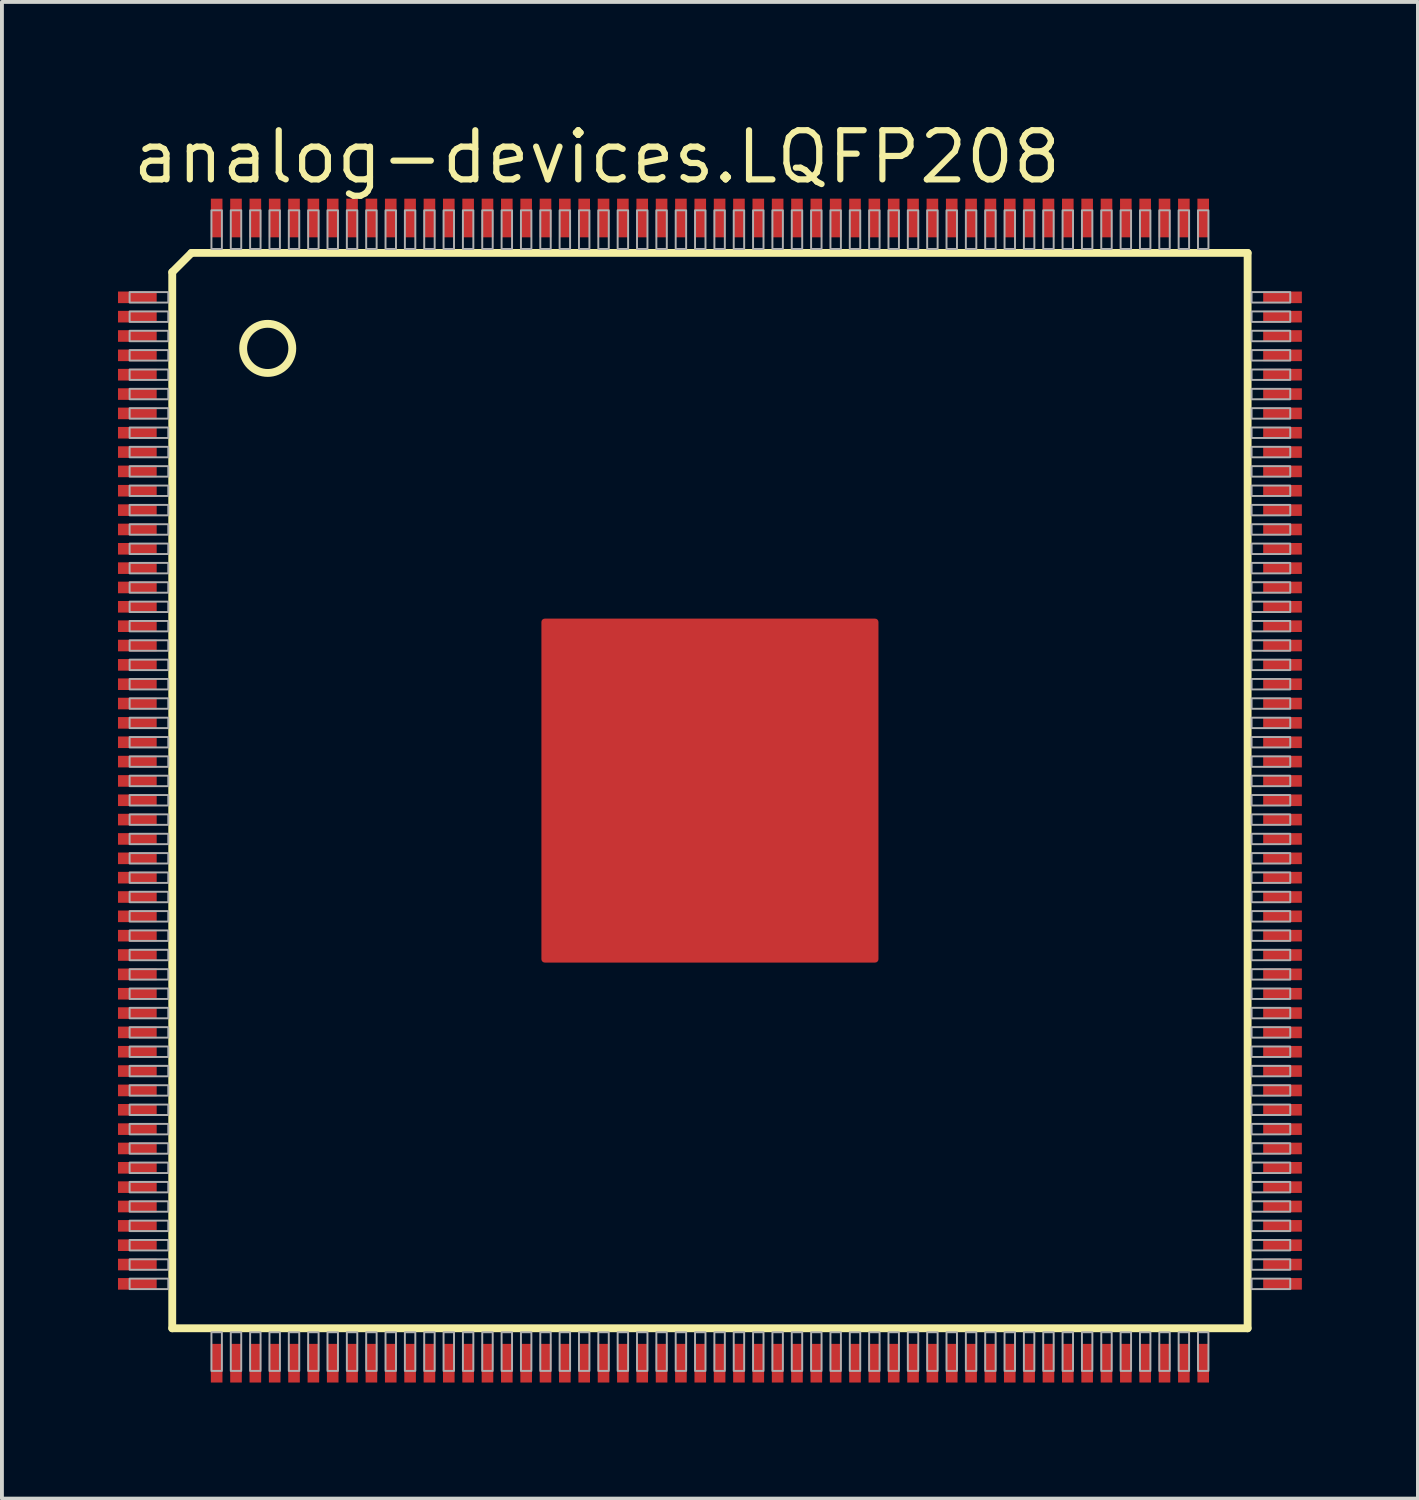
<source format=kicad_pcb>
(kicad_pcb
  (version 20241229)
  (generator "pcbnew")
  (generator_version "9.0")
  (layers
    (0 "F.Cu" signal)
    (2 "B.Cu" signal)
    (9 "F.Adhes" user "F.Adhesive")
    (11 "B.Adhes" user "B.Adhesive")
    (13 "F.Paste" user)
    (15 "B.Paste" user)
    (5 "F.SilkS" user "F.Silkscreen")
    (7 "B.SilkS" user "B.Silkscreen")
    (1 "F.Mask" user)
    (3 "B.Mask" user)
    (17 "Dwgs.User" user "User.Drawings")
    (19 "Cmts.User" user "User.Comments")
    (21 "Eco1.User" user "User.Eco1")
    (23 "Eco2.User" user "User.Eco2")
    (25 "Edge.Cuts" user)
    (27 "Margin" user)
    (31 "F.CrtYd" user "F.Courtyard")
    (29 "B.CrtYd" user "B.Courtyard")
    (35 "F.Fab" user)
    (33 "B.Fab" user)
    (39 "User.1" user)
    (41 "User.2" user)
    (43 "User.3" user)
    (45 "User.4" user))
  (footprint "analog-devices.LQFP208"
    (layer "F.Cu")
    (at 15.3 17.385)
    (property "Reference" "analog-devices.LQFP208" (at -15 -15.635 0) (layer "F.SilkS") (effects (font (size 1.27 1.27) (thickness 0.16)) (justify left bottom)))
    (attr smd)
    (fp_line (start -13.898 -13.4) (end -13.898 13.898) (stroke (width 0.203) (type default)) (layer "F.SilkS"))
    (fp_line (start -13.898 -13.4) (end -13.4 -13.898) (stroke (width 0.203) (type default)) (layer "F.SilkS"))
    (fp_line (start -13.898 13.898) (end 13.898 13.898) (stroke (width 0.203) (type default)) (layer "F.SilkS"))
    (fp_line (start 13.898 -13.898) (end -13.4 -13.898) (stroke (width 0.203) (type default)) (layer "F.SilkS"))
    (fp_line (start 13.898 13.898) (end 13.898 -13.898) (stroke (width 0.203) (type default)) (layer "F.SilkS"))
    (fp_circle (center -11.43 -11.43) (end -10.795 -11.43) (stroke (width 0.203) (type default)) (fill no) (layer "F.SilkS"))
    (fp_rect (start -15 -12.615) (end -14 -12.885) (stroke (width 0.05) (type default)) (fill no) (layer "F.Fab"))
    (fp_rect (start -15 -12.115) (end -14 -12.385) (stroke (width 0.05) (type default)) (fill no) (layer "F.Fab"))
    (fp_rect (start -15 -11.615) (end -14 -11.885) (stroke (width 0.05) (type default)) (fill no) (layer "F.Fab"))
    (fp_rect (start -15 -11.115) (end -14 -11.385) (stroke (width 0.05) (type default)) (fill no) (layer "F.Fab"))
    (fp_rect (start -15 -10.615) (end -14 -10.885) (stroke (width 0.05) (type default)) (fill no) (layer "F.Fab"))
    (fp_rect (start -15 -10.115) (end -14 -10.385) (stroke (width 0.05) (type default)) (fill no) (layer "F.Fab"))
    (fp_rect (start -15 -9.615) (end -14 -9.885) (stroke (width 0.05) (type default)) (fill no) (layer "F.Fab"))
    (fp_rect (start -15 -9.115) (end -14 -9.385) (stroke (width 0.05) (type default)) (fill no) (layer "F.Fab"))
    (fp_rect (start -15 -8.615) (end -14 -8.885) (stroke (width 0.05) (type default)) (fill no) (layer "F.Fab"))
    (fp_rect (start -15 -8.115) (end -14 -8.385) (stroke (width 0.05) (type default)) (fill no) (layer "F.Fab"))
    (fp_rect (start -15 -7.615) (end -14 -7.885) (stroke (width 0.05) (type default)) (fill no) (layer "F.Fab"))
    (fp_rect (start -15 -7.115) (end -14 -7.385) (stroke (width 0.05) (type default)) (fill no) (layer "F.Fab"))
    (fp_rect (start -15 -6.615) (end -14 -6.885) (stroke (width 0.05) (type default)) (fill no) (layer "F.Fab"))
    (fp_rect (start -15 -6.115) (end -14 -6.385) (stroke (width 0.05) (type default)) (fill no) (layer "F.Fab"))
    (fp_rect (start -15 -5.615) (end -14 -5.885) (stroke (width 0.05) (type default)) (fill no) (layer "F.Fab"))
    (fp_rect (start -15 -5.115) (end -14 -5.385) (stroke (width 0.05) (type default)) (fill no) (layer "F.Fab"))
    (fp_rect (start -15 -4.615) (end -14 -4.885) (stroke (width 0.05) (type default)) (fill no) (layer "F.Fab"))
    (fp_rect (start -15 -4.115) (end -14 -4.385) (stroke (width 0.05) (type default)) (fill no) (layer "F.Fab"))
    (fp_rect (start -15 -3.615) (end -14 -3.885) (stroke (width 0.05) (type default)) (fill no) (layer "F.Fab"))
    (fp_rect (start -15 -3.115) (end -14 -3.385) (stroke (width 0.05) (type default)) (fill no) (layer "F.Fab"))
    (fp_rect (start -15 -2.615) (end -14 -2.885) (stroke (width 0.05) (type default)) (fill no) (layer "F.Fab"))
    (fp_rect (start -15 -2.115) (end -14 -2.385) (stroke (width 0.05) (type default)) (fill no) (layer "F.Fab"))
    (fp_rect (start -15 -1.615) (end -14 -1.885) (stroke (width 0.05) (type default)) (fill no) (layer "F.Fab"))
    (fp_rect (start -15 -1.115) (end -14 -1.385) (stroke (width 0.05) (type default)) (fill no) (layer "F.Fab"))
    (fp_rect (start -15 -0.615) (end -14 -0.885) (stroke (width 0.05) (type default)) (fill no) (layer "F.Fab"))
    (fp_rect (start -15 -0.115) (end -14 -0.385) (stroke (width 0.05) (type default)) (fill no) (layer "F.Fab"))
    (fp_rect (start -15 0.385) (end -14 0.115) (stroke (width 0.05) (type default)) (fill no) (layer "F.Fab"))
    (fp_rect (start -15 0.885) (end -14 0.615) (stroke (width 0.05) (type default)) (fill no) (layer "F.Fab"))
    (fp_rect (start -15 1.385) (end -14 1.115) (stroke (width 0.05) (type default)) (fill no) (layer "F.Fab"))
    (fp_rect (start -15 1.885) (end -14 1.615) (stroke (width 0.05) (type default)) (fill no) (layer "F.Fab"))
    (fp_rect (start -15 2.385) (end -14 2.115) (stroke (width 0.05) (type default)) (fill no) (layer "F.Fab"))
    (fp_rect (start -15 2.885) (end -14 2.615) (stroke (width 0.05) (type default)) (fill no) (layer "F.Fab"))
    (fp_rect (start -15 3.385) (end -14 3.115) (stroke (width 0.05) (type default)) (fill no) (layer "F.Fab"))
    (fp_rect (start -15 3.885) (end -14 3.615) (stroke (width 0.05) (type default)) (fill no) (layer "F.Fab"))
    (fp_rect (start -15 4.385) (end -14 4.115) (stroke (width 0.05) (type default)) (fill no) (layer "F.Fab"))
    (fp_rect (start -15 4.885) (end -14 4.615) (stroke (width 0.05) (type default)) (fill no) (layer "F.Fab"))
    (fp_rect (start -15 5.385) (end -14 5.115) (stroke (width 0.05) (type default)) (fill no) (layer "F.Fab"))
    (fp_rect (start -15 5.885) (end -14 5.615) (stroke (width 0.05) (type default)) (fill no) (layer "F.Fab"))
    (fp_rect (start -15 6.385) (end -14 6.115) (stroke (width 0.05) (type default)) (fill no) (layer "F.Fab"))
    (fp_rect (start -15 6.885) (end -14 6.615) (stroke (width 0.05) (type default)) (fill no) (layer "F.Fab"))
    (fp_rect (start -15 7.385) (end -14 7.115) (stroke (width 0.05) (type default)) (fill no) (layer "F.Fab"))
    (fp_rect (start -15 7.885) (end -14 7.615) (stroke (width 0.05) (type default)) (fill no) (layer "F.Fab"))
    (fp_rect (start -15 8.385) (end -14 8.115) (stroke (width 0.05) (type default)) (fill no) (layer "F.Fab"))
    (fp_rect (start -15 8.885) (end -14 8.615) (stroke (width 0.05) (type default)) (fill no) (layer "F.Fab"))
    (fp_rect (start -15 9.385) (end -14 9.115) (stroke (width 0.05) (type default)) (fill no) (layer "F.Fab"))
    (fp_rect (start -15 9.885) (end -14 9.615) (stroke (width 0.05) (type default)) (fill no) (layer "F.Fab"))
    (fp_rect (start -15 10.385) (end -14 10.115) (stroke (width 0.05) (type default)) (fill no) (layer "F.Fab"))
    (fp_rect (start -15 10.885) (end -14 10.615) (stroke (width 0.05) (type default)) (fill no) (layer "F.Fab"))
    (fp_rect (start -15 11.385) (end -14 11.115) (stroke (width 0.05) (type default)) (fill no) (layer "F.Fab"))
    (fp_rect (start -15 11.885) (end -14 11.615) (stroke (width 0.05) (type default)) (fill no) (layer "F.Fab"))
    (fp_rect (start -15 12.385) (end -14 12.115) (stroke (width 0.05) (type default)) (fill no) (layer "F.Fab"))
    (fp_rect (start -15 12.885) (end -14 12.615) (stroke (width 0.05) (type default)) (fill no) (layer "F.Fab"))
    (fp_rect (start -12.885 -14) (end -12.615 -15) (stroke (width 0.05) (type default)) (fill no) (layer "F.Fab"))
    (fp_rect (start -12.885 15) (end -12.615 14) (stroke (width 0.05) (type default)) (fill no) (layer "F.Fab"))
    (fp_rect (start -12.385 -14) (end -12.115 -15) (stroke (width 0.05) (type default)) (fill no) (layer "F.Fab"))
    (fp_rect (start -12.385 15) (end -12.115 14) (stroke (width 0.05) (type default)) (fill no) (layer "F.Fab"))
    (fp_rect (start -11.885 -14) (end -11.615 -15) (stroke (width 0.05) (type default)) (fill no) (layer "F.Fab"))
    (fp_rect (start -11.885 15) (end -11.615 14) (stroke (width 0.05) (type default)) (fill no) (layer "F.Fab"))
    (fp_rect (start -11.385 -14) (end -11.115 -15) (stroke (width 0.05) (type default)) (fill no) (layer "F.Fab"))
    (fp_rect (start -11.385 15) (end -11.115 14) (stroke (width 0.05) (type default)) (fill no) (layer "F.Fab"))
    (fp_rect (start -10.885 -14) (end -10.615 -15) (stroke (width 0.05) (type default)) (fill no) (layer "F.Fab"))
    (fp_rect (start -10.885 15) (end -10.615 14) (stroke (width 0.05) (type default)) (fill no) (layer "F.Fab"))
    (fp_rect (start -10.385 -14) (end -10.115 -15) (stroke (width 0.05) (type default)) (fill no) (layer "F.Fab"))
    (fp_rect (start -10.385 15) (end -10.115 14) (stroke (width 0.05) (type default)) (fill no) (layer "F.Fab"))
    (fp_rect (start -9.885 -14) (end -9.615 -15) (stroke (width 0.05) (type default)) (fill no) (layer "F.Fab"))
    (fp_rect (start -9.885 15) (end -9.615 14) (stroke (width 0.05) (type default)) (fill no) (layer "F.Fab"))
    (fp_rect (start -9.385 -14) (end -9.115 -15) (stroke (width 0.05) (type default)) (fill no) (layer "F.Fab"))
    (fp_rect (start -9.385 15) (end -9.115 14) (stroke (width 0.05) (type default)) (fill no) (layer "F.Fab"))
    (fp_rect (start -8.885 -14) (end -8.615 -15) (stroke (width 0.05) (type default)) (fill no) (layer "F.Fab"))
    (fp_rect (start -8.885 15) (end -8.615 14) (stroke (width 0.05) (type default)) (fill no) (layer "F.Fab"))
    (fp_rect (start -8.385 -14) (end -8.115 -15) (stroke (width 0.05) (type default)) (fill no) (layer "F.Fab"))
    (fp_rect (start -8.385 15) (end -8.115 14) (stroke (width 0.05) (type default)) (fill no) (layer "F.Fab"))
    (fp_rect (start -7.885 -14) (end -7.615 -15) (stroke (width 0.05) (type default)) (fill no) (layer "F.Fab"))
    (fp_rect (start -7.885 15) (end -7.615 14) (stroke (width 0.05) (type default)) (fill no) (layer "F.Fab"))
    (fp_rect (start -7.385 -14) (end -7.115 -15) (stroke (width 0.05) (type default)) (fill no) (layer "F.Fab"))
    (fp_rect (start -7.385 15) (end -7.115 14) (stroke (width 0.05) (type default)) (fill no) (layer "F.Fab"))
    (fp_rect (start -6.885 -14) (end -6.615 -15) (stroke (width 0.05) (type default)) (fill no) (layer "F.Fab"))
    (fp_rect (start -6.885 15) (end -6.615 14) (stroke (width 0.05) (type default)) (fill no) (layer "F.Fab"))
    (fp_rect (start -6.385 -14) (end -6.115 -15) (stroke (width 0.05) (type default)) (fill no) (layer "F.Fab"))
    (fp_rect (start -6.385 15) (end -6.115 14) (stroke (width 0.05) (type default)) (fill no) (layer "F.Fab"))
    (fp_rect (start -5.885 -14) (end -5.615 -15) (stroke (width 0.05) (type default)) (fill no) (layer "F.Fab"))
    (fp_rect (start -5.885 15) (end -5.615 14) (stroke (width 0.05) (type default)) (fill no) (layer "F.Fab"))
    (fp_rect (start -5.385 -14) (end -5.115 -15) (stroke (width 0.05) (type default)) (fill no) (layer "F.Fab"))
    (fp_rect (start -5.385 15) (end -5.115 14) (stroke (width 0.05) (type default)) (fill no) (layer "F.Fab"))
    (fp_rect (start -4.885 -14) (end -4.615 -15) (stroke (width 0.05) (type default)) (fill no) (layer "F.Fab"))
    (fp_rect (start -4.885 15) (end -4.615 14) (stroke (width 0.05) (type default)) (fill no) (layer "F.Fab"))
    (fp_rect (start -4.385 -14) (end -4.115 -15) (stroke (width 0.05) (type default)) (fill no) (layer "F.Fab"))
    (fp_rect (start -4.385 15) (end -4.115 14) (stroke (width 0.05) (type default)) (fill no) (layer "F.Fab"))
    (fp_rect (start -3.885 -14) (end -3.615 -15) (stroke (width 0.05) (type default)) (fill no) (layer "F.Fab"))
    (fp_rect (start -3.885 15) (end -3.615 14) (stroke (width 0.05) (type default)) (fill no) (layer "F.Fab"))
    (fp_rect (start -3.385 -14) (end -3.115 -15) (stroke (width 0.05) (type default)) (fill no) (layer "F.Fab"))
    (fp_rect (start -3.385 15) (end -3.115 14) (stroke (width 0.05) (type default)) (fill no) (layer "F.Fab"))
    (fp_rect (start -2.885 -14) (end -2.615 -15) (stroke (width 0.05) (type default)) (fill no) (layer "F.Fab"))
    (fp_rect (start -2.885 15) (end -2.615 14) (stroke (width 0.05) (type default)) (fill no) (layer "F.Fab"))
    (fp_rect (start -2.385 -14) (end -2.115 -15) (stroke (width 0.05) (type default)) (fill no) (layer "F.Fab"))
    (fp_rect (start -2.385 15) (end -2.115 14) (stroke (width 0.05) (type default)) (fill no) (layer "F.Fab"))
    (fp_rect (start -1.885 -14) (end -1.615 -15) (stroke (width 0.05) (type default)) (fill no) (layer "F.Fab"))
    (fp_rect (start -1.885 15) (end -1.615 14) (stroke (width 0.05) (type default)) (fill no) (layer "F.Fab"))
    (fp_rect (start -1.385 -14) (end -1.115 -15) (stroke (width 0.05) (type default)) (fill no) (layer "F.Fab"))
    (fp_rect (start -1.385 15) (end -1.115 14) (stroke (width 0.05) (type default)) (fill no) (layer "F.Fab"))
    (fp_rect (start -0.885 -14) (end -0.615 -15) (stroke (width 0.05) (type default)) (fill no) (layer "F.Fab"))
    (fp_rect (start -0.885 15) (end -0.615 14) (stroke (width 0.05) (type default)) (fill no) (layer "F.Fab"))
    (fp_rect (start -0.385 -14) (end -0.115 -15) (stroke (width 0.05) (type default)) (fill no) (layer "F.Fab"))
    (fp_rect (start -0.385 15) (end -0.115 14) (stroke (width 0.05) (type default)) (fill no) (layer "F.Fab"))
    (fp_rect (start 0.115 -14) (end 0.385 -15) (stroke (width 0.05) (type default)) (fill no) (layer "F.Fab"))
    (fp_rect (start 0.115 15) (end 0.385 14) (stroke (width 0.05) (type default)) (fill no) (layer "F.Fab"))
    (fp_rect (start 0.615 -14) (end 0.885 -15) (stroke (width 0.05) (type default)) (fill no) (layer "F.Fab"))
    (fp_rect (start 0.615 15) (end 0.885 14) (stroke (width 0.05) (type default)) (fill no) (layer "F.Fab"))
    (fp_rect (start 1.115 -14) (end 1.385 -15) (stroke (width 0.05) (type default)) (fill no) (layer "F.Fab"))
    (fp_rect (start 1.115 15) (end 1.385 14) (stroke (width 0.05) (type default)) (fill no) (layer "F.Fab"))
    (fp_rect (start 1.615 -14) (end 1.885 -15) (stroke (width 0.05) (type default)) (fill no) (layer "F.Fab"))
    (fp_rect (start 1.615 15) (end 1.885 14) (stroke (width 0.05) (type default)) (fill no) (layer "F.Fab"))
    (fp_rect (start 2.115 -14) (end 2.385 -15) (stroke (width 0.05) (type default)) (fill no) (layer "F.Fab"))
    (fp_rect (start 2.115 15) (end 2.385 14) (stroke (width 0.05) (type default)) (fill no) (layer "F.Fab"))
    (fp_rect (start 2.615 -14) (end 2.885 -15) (stroke (width 0.05) (type default)) (fill no) (layer "F.Fab"))
    (fp_rect (start 2.615 15) (end 2.885 14) (stroke (width 0.05) (type default)) (fill no) (layer "F.Fab"))
    (fp_rect (start 3.115 -14) (end 3.385 -15) (stroke (width 0.05) (type default)) (fill no) (layer "F.Fab"))
    (fp_rect (start 3.115 15) (end 3.385 14) (stroke (width 0.05) (type default)) (fill no) (layer "F.Fab"))
    (fp_rect (start 3.615 -14) (end 3.885 -15) (stroke (width 0.05) (type default)) (fill no) (layer "F.Fab"))
    (fp_rect (start 3.615 15) (end 3.885 14) (stroke (width 0.05) (type default)) (fill no) (layer "F.Fab"))
    (fp_rect (start 4.115 -14) (end 4.385 -15) (stroke (width 0.05) (type default)) (fill no) (layer "F.Fab"))
    (fp_rect (start 4.115 15) (end 4.385 14) (stroke (width 0.05) (type default)) (fill no) (layer "F.Fab"))
    (fp_rect (start 4.615 -14) (end 4.885 -15) (stroke (width 0.05) (type default)) (fill no) (layer "F.Fab"))
    (fp_rect (start 4.615 15) (end 4.885 14) (stroke (width 0.05) (type default)) (fill no) (layer "F.Fab"))
    (fp_rect (start 5.115 -14) (end 5.385 -15) (stroke (width 0.05) (type default)) (fill no) (layer "F.Fab"))
    (fp_rect (start 5.115 15) (end 5.385 14) (stroke (width 0.05) (type default)) (fill no) (layer "F.Fab"))
    (fp_rect (start 5.615 -14) (end 5.885 -15) (stroke (width 0.05) (type default)) (fill no) (layer "F.Fab"))
    (fp_rect (start 5.615 15) (end 5.885 14) (stroke (width 0.05) (type default)) (fill no) (layer "F.Fab"))
    (fp_rect (start 6.115 -14) (end 6.385 -15) (stroke (width 0.05) (type default)) (fill no) (layer "F.Fab"))
    (fp_rect (start 6.115 15) (end 6.385 14) (stroke (width 0.05) (type default)) (fill no) (layer "F.Fab"))
    (fp_rect (start 6.615 -14) (end 6.885 -15) (stroke (width 0.05) (type default)) (fill no) (layer "F.Fab"))
    (fp_rect (start 6.615 15) (end 6.885 14) (stroke (width 0.05) (type default)) (fill no) (layer "F.Fab"))
    (fp_rect (start 7.115 -14) (end 7.385 -15) (stroke (width 0.05) (type default)) (fill no) (layer "F.Fab"))
    (fp_rect (start 7.115 15) (end 7.385 14) (stroke (width 0.05) (type default)) (fill no) (layer "F.Fab"))
    (fp_rect (start 7.615 -14) (end 7.885 -15) (stroke (width 0.05) (type default)) (fill no) (layer "F.Fab"))
    (fp_rect (start 7.615 15) (end 7.885 14) (stroke (width 0.05) (type default)) (fill no) (layer "F.Fab"))
    (fp_rect (start 8.115 -14) (end 8.385 -15) (stroke (width 0.05) (type default)) (fill no) (layer "F.Fab"))
    (fp_rect (start 8.115 15) (end 8.385 14) (stroke (width 0.05) (type default)) (fill no) (layer "F.Fab"))
    (fp_rect (start 8.615 -14) (end 8.885 -15) (stroke (width 0.05) (type default)) (fill no) (layer "F.Fab"))
    (fp_rect (start 8.615 15) (end 8.885 14) (stroke (width 0.05) (type default)) (fill no) (layer "F.Fab"))
    (fp_rect (start 9.115 -14) (end 9.385 -15) (stroke (width 0.05) (type default)) (fill no) (layer "F.Fab"))
    (fp_rect (start 9.115 15) (end 9.385 14) (stroke (width 0.05) (type default)) (fill no) (layer "F.Fab"))
    (fp_rect (start 9.615 -14) (end 9.885 -15) (stroke (width 0.05) (type default)) (fill no) (layer "F.Fab"))
    (fp_rect (start 9.615 15) (end 9.885 14) (stroke (width 0.05) (type default)) (fill no) (layer "F.Fab"))
    (fp_rect (start 10.115 -14) (end 10.385 -15) (stroke (width 0.05) (type default)) (fill no) (layer "F.Fab"))
    (fp_rect (start 10.115 15) (end 10.385 14) (stroke (width 0.05) (type default)) (fill no) (layer "F.Fab"))
    (fp_rect (start 10.615 -14) (end 10.885 -15) (stroke (width 0.05) (type default)) (fill no) (layer "F.Fab"))
    (fp_rect (start 10.615 15) (end 10.885 14) (stroke (width 0.05) (type default)) (fill no) (layer "F.Fab"))
    (fp_rect (start 11.115 -14) (end 11.385 -15) (stroke (width 0.05) (type default)) (fill no) (layer "F.Fab"))
    (fp_rect (start 11.115 15) (end 11.385 14) (stroke (width 0.05) (type default)) (fill no) (layer "F.Fab"))
    (fp_rect (start 11.615 -14) (end 11.885 -15) (stroke (width 0.05) (type default)) (fill no) (layer "F.Fab"))
    (fp_rect (start 11.615 15) (end 11.885 14) (stroke (width 0.05) (type default)) (fill no) (layer "F.Fab"))
    (fp_rect (start 12.115 -14) (end 12.385 -15) (stroke (width 0.05) (type default)) (fill no) (layer "F.Fab"))
    (fp_rect (start 12.115 15) (end 12.385 14) (stroke (width 0.05) (type default)) (fill no) (layer "F.Fab"))
    (fp_rect (start 12.615 -14) (end 12.885 -15) (stroke (width 0.05) (type default)) (fill no) (layer "F.Fab"))
    (fp_rect (start 12.615 15) (end 12.885 14) (stroke (width 0.05) (type default)) (fill no) (layer "F.Fab"))
    (fp_rect (start 14 -12.615) (end 15 -12.885) (stroke (width 0.05) (type default)) (fill no) (layer "F.Fab"))
    (fp_rect (start 14 -12.115) (end 15 -12.385) (stroke (width 0.05) (type default)) (fill no) (layer "F.Fab"))
    (fp_rect (start 14 -11.615) (end 15 -11.885) (stroke (width 0.05) (type default)) (fill no) (layer "F.Fab"))
    (fp_rect (start 14 -11.115) (end 15 -11.385) (stroke (width 0.05) (type default)) (fill no) (layer "F.Fab"))
    (fp_rect (start 14 -10.615) (end 15 -10.885) (stroke (width 0.05) (type default)) (fill no) (layer "F.Fab"))
    (fp_rect (start 14 -10.115) (end 15 -10.385) (stroke (width 0.05) (type default)) (fill no) (layer "F.Fab"))
    (fp_rect (start 14 -9.615) (end 15 -9.885) (stroke (width 0.05) (type default)) (fill no) (layer "F.Fab"))
    (fp_rect (start 14 -9.115) (end 15 -9.385) (stroke (width 0.05) (type default)) (fill no) (layer "F.Fab"))
    (fp_rect (start 14 -8.615) (end 15 -8.885) (stroke (width 0.05) (type default)) (fill no) (layer "F.Fab"))
    (fp_rect (start 14 -8.115) (end 15 -8.385) (stroke (width 0.05) (type default)) (fill no) (layer "F.Fab"))
    (fp_rect (start 14 -7.615) (end 15 -7.885) (stroke (width 0.05) (type default)) (fill no) (layer "F.Fab"))
    (fp_rect (start 14 -7.115) (end 15 -7.385) (stroke (width 0.05) (type default)) (fill no) (layer "F.Fab"))
    (fp_rect (start 14 -6.615) (end 15 -6.885) (stroke (width 0.05) (type default)) (fill no) (layer "F.Fab"))
    (fp_rect (start 14 -6.115) (end 15 -6.385) (stroke (width 0.05) (type default)) (fill no) (layer "F.Fab"))
    (fp_rect (start 14 -5.615) (end 15 -5.885) (stroke (width 0.05) (type default)) (fill no) (layer "F.Fab"))
    (fp_rect (start 14 -5.115) (end 15 -5.385) (stroke (width 0.05) (type default)) (fill no) (layer "F.Fab"))
    (fp_rect (start 14 -4.615) (end 15 -4.885) (stroke (width 0.05) (type default)) (fill no) (layer "F.Fab"))
    (fp_rect (start 14 -4.115) (end 15 -4.385) (stroke (width 0.05) (type default)) (fill no) (layer "F.Fab"))
    (fp_rect (start 14 -3.615) (end 15 -3.885) (stroke (width 0.05) (type default)) (fill no) (layer "F.Fab"))
    (fp_rect (start 14 -3.115) (end 15 -3.385) (stroke (width 0.05) (type default)) (fill no) (layer "F.Fab"))
    (fp_rect (start 14 -2.615) (end 15 -2.885) (stroke (width 0.05) (type default)) (fill no) (layer "F.Fab"))
    (fp_rect (start 14 -2.115) (end 15 -2.385) (stroke (width 0.05) (type default)) (fill no) (layer "F.Fab"))
    (fp_rect (start 14 -1.615) (end 15 -1.885) (stroke (width 0.05) (type default)) (fill no) (layer "F.Fab"))
    (fp_rect (start 14 -1.115) (end 15 -1.385) (stroke (width 0.05) (type default)) (fill no) (layer "F.Fab"))
    (fp_rect (start 14 -0.615) (end 15 -0.885) (stroke (width 0.05) (type default)) (fill no) (layer "F.Fab"))
    (fp_rect (start 14 -0.115) (end 15 -0.385) (stroke (width 0.05) (type default)) (fill no) (layer "F.Fab"))
    (fp_rect (start 14 0.385) (end 15 0.115) (stroke (width 0.05) (type default)) (fill no) (layer "F.Fab"))
    (fp_rect (start 14 0.885) (end 15 0.615) (stroke (width 0.05) (type default)) (fill no) (layer "F.Fab"))
    (fp_rect (start 14 1.385) (end 15 1.115) (stroke (width 0.05) (type default)) (fill no) (layer "F.Fab"))
    (fp_rect (start 14 1.885) (end 15 1.615) (stroke (width 0.05) (type default)) (fill no) (layer "F.Fab"))
    (fp_rect (start 14 2.385) (end 15 2.115) (stroke (width 0.05) (type default)) (fill no) (layer "F.Fab"))
    (fp_rect (start 14 2.885) (end 15 2.615) (stroke (width 0.05) (type default)) (fill no) (layer "F.Fab"))
    (fp_rect (start 14 3.385) (end 15 3.115) (stroke (width 0.05) (type default)) (fill no) (layer "F.Fab"))
    (fp_rect (start 14 3.885) (end 15 3.615) (stroke (width 0.05) (type default)) (fill no) (layer "F.Fab"))
    (fp_rect (start 14 4.385) (end 15 4.115) (stroke (width 0.05) (type default)) (fill no) (layer "F.Fab"))
    (fp_rect (start 14 4.885) (end 15 4.615) (stroke (width 0.05) (type default)) (fill no) (layer "F.Fab"))
    (fp_rect (start 14 5.385) (end 15 5.115) (stroke (width 0.05) (type default)) (fill no) (layer "F.Fab"))
    (fp_rect (start 14 5.885) (end 15 5.615) (stroke (width 0.05) (type default)) (fill no) (layer "F.Fab"))
    (fp_rect (start 14 6.385) (end 15 6.115) (stroke (width 0.05) (type default)) (fill no) (layer "F.Fab"))
    (fp_rect (start 14 6.885) (end 15 6.615) (stroke (width 0.05) (type default)) (fill no) (layer "F.Fab"))
    (fp_rect (start 14 7.385) (end 15 7.115) (stroke (width 0.05) (type default)) (fill no) (layer "F.Fab"))
    (fp_rect (start 14 7.885) (end 15 7.615) (stroke (width 0.05) (type default)) (fill no) (layer "F.Fab"))
    (fp_rect (start 14 8.385) (end 15 8.115) (stroke (width 0.05) (type default)) (fill no) (layer "F.Fab"))
    (fp_rect (start 14 8.885) (end 15 8.615) (stroke (width 0.05) (type default)) (fill no) (layer "F.Fab"))
    (fp_rect (start 14 9.385) (end 15 9.115) (stroke (width 0.05) (type default)) (fill no) (layer "F.Fab"))
    (fp_rect (start 14 9.885) (end 15 9.615) (stroke (width 0.05) (type default)) (fill no) (layer "F.Fab"))
    (fp_rect (start 14 10.385) (end 15 10.115) (stroke (width 0.05) (type default)) (fill no) (layer "F.Fab"))
    (fp_rect (start 14 10.885) (end 15 10.615) (stroke (width 0.05) (type default)) (fill no) (layer "F.Fab"))
    (fp_rect (start 14 11.385) (end 15 11.115) (stroke (width 0.05) (type default)) (fill no) (layer "F.Fab"))
    (fp_rect (start 14 11.885) (end 15 11.615) (stroke (width 0.05) (type default)) (fill no) (layer "F.Fab"))
    (fp_rect (start 14 12.385) (end 15 12.115) (stroke (width 0.05) (type default)) (fill no) (layer "F.Fab"))
    (fp_rect (start 14 12.885) (end 15 12.615) (stroke (width 0.05) (type default)) (fill no) (layer "F.Fab"))
    (pad "1" smd roundrect (at -14.8 -12.75) (size 1 0.3) (layers "F.Cu" "F.Mask" "F.Paste") (roundrect_rratio 0.01))
    (pad "2" smd roundrect (at -14.8 -12.25) (size 1 0.3) (layers "F.Cu" "F.Mask" "F.Paste") (roundrect_rratio 0.01))
    (pad "3" smd roundrect (at -14.8 -11.75) (size 1 0.3) (layers "F.Cu" "F.Mask" "F.Paste") (roundrect_rratio 0.01))
    (pad "4" smd roundrect (at -14.8 -11.25) (size 1 0.3) (layers "F.Cu" "F.Mask" "F.Paste") (roundrect_rratio 0.01))
    (pad "5" smd roundrect (at -14.8 -10.75) (size 1 0.3) (layers "F.Cu" "F.Mask" "F.Paste") (roundrect_rratio 0.01))
    (pad "6" smd roundrect (at -14.8 -10.25) (size 1 0.3) (layers "F.Cu" "F.Mask" "F.Paste") (roundrect_rratio 0.01))
    (pad "7" smd roundrect (at -14.8 -9.75) (size 1 0.3) (layers "F.Cu" "F.Mask" "F.Paste") (roundrect_rratio 0.01))
    (pad "8" smd roundrect (at -14.8 -9.25) (size 1 0.3) (layers "F.Cu" "F.Mask" "F.Paste") (roundrect_rratio 0.01))
    (pad "9" smd roundrect (at -14.8 -8.75) (size 1 0.3) (layers "F.Cu" "F.Mask" "F.Paste") (roundrect_rratio 0.01))
    (pad "10" smd roundrect (at -14.8 -8.25) (size 1 0.3) (layers "F.Cu" "F.Mask" "F.Paste") (roundrect_rratio 0.01))
    (pad "11" smd roundrect (at -14.8 -7.75) (size 1 0.3) (layers "F.Cu" "F.Mask" "F.Paste") (roundrect_rratio 0.01))
    (pad "12" smd roundrect (at -14.8 -7.25) (size 1 0.3) (layers "F.Cu" "F.Mask" "F.Paste") (roundrect_rratio 0.01))
    (pad "13" smd roundrect (at -14.8 -6.75) (size 1 0.3) (layers "F.Cu" "F.Mask" "F.Paste") (roundrect_rratio 0.01))
    (pad "14" smd roundrect (at -14.8 -6.25) (size 1 0.3) (layers "F.Cu" "F.Mask" "F.Paste") (roundrect_rratio 0.01))
    (pad "15" smd roundrect (at -14.8 -5.75) (size 1 0.3) (layers "F.Cu" "F.Mask" "F.Paste") (roundrect_rratio 0.01))
    (pad "16" smd roundrect (at -14.8 -5.25) (size 1 0.3) (layers "F.Cu" "F.Mask" "F.Paste") (roundrect_rratio 0.01))
    (pad "17" smd roundrect (at -14.8 -4.75) (size 1 0.3) (layers "F.Cu" "F.Mask" "F.Paste") (roundrect_rratio 0.01))
    (pad "18" smd roundrect (at -14.8 -4.25) (size 1 0.3) (layers "F.Cu" "F.Mask" "F.Paste") (roundrect_rratio 0.01))
    (pad "19" smd roundrect (at -14.8 -3.75) (size 1 0.3) (layers "F.Cu" "F.Mask" "F.Paste") (roundrect_rratio 0.01))
    (pad "20" smd roundrect (at -14.8 -3.25) (size 1 0.3) (layers "F.Cu" "F.Mask" "F.Paste") (roundrect_rratio 0.01))
    (pad "21" smd roundrect (at -14.8 -2.75) (size 1 0.3) (layers "F.Cu" "F.Mask" "F.Paste") (roundrect_rratio 0.01))
    (pad "22" smd roundrect (at -14.8 -2.25) (size 1 0.3) (layers "F.Cu" "F.Mask" "F.Paste") (roundrect_rratio 0.01))
    (pad "23" smd roundrect (at -14.8 -1.75) (size 1 0.3) (layers "F.Cu" "F.Mask" "F.Paste") (roundrect_rratio 0.01))
    (pad "24" smd roundrect (at -14.8 -1.25) (size 1 0.3) (layers "F.Cu" "F.Mask" "F.Paste") (roundrect_rratio 0.01))
    (pad "25" smd roundrect (at -14.8 -0.75) (size 1 0.3) (layers "F.Cu" "F.Mask" "F.Paste") (roundrect_rratio 0.01))
    (pad "26" smd roundrect (at -14.8 -0.25) (size 1 0.3) (layers "F.Cu" "F.Mask" "F.Paste") (roundrect_rratio 0.01))
    (pad "27" smd roundrect (at -14.8 0.25) (size 1 0.3) (layers "F.Cu" "F.Mask" "F.Paste") (roundrect_rratio 0.01))
    (pad "28" smd roundrect (at -14.8 0.75) (size 1 0.3) (layers "F.Cu" "F.Mask" "F.Paste") (roundrect_rratio 0.01))
    (pad "29" smd roundrect (at -14.8 1.25) (size 1 0.3) (layers "F.Cu" "F.Mask" "F.Paste") (roundrect_rratio 0.01))
    (pad "30" smd roundrect (at -14.8 1.75) (size 1 0.3) (layers "F.Cu" "F.Mask" "F.Paste") (roundrect_rratio 0.01))
    (pad "31" smd roundrect (at -14.8 2.25) (size 1 0.3) (layers "F.Cu" "F.Mask" "F.Paste") (roundrect_rratio 0.01))
    (pad "32" smd roundrect (at -14.8 2.75) (size 1 0.3) (layers "F.Cu" "F.Mask" "F.Paste") (roundrect_rratio 0.01))
    (pad "33" smd roundrect (at -14.8 3.25) (size 1 0.3) (layers "F.Cu" "F.Mask" "F.Paste") (roundrect_rratio 0.01))
    (pad "34" smd roundrect (at -14.8 3.75) (size 1 0.3) (layers "F.Cu" "F.Mask" "F.Paste") (roundrect_rratio 0.01))
    (pad "35" smd roundrect (at -14.8 4.25) (size 1 0.3) (layers "F.Cu" "F.Mask" "F.Paste") (roundrect_rratio 0.01))
    (pad "36" smd roundrect (at -14.8 4.75) (size 1 0.3) (layers "F.Cu" "F.Mask" "F.Paste") (roundrect_rratio 0.01))
    (pad "37" smd roundrect (at -14.8 5.25) (size 1 0.3) (layers "F.Cu" "F.Mask" "F.Paste") (roundrect_rratio 0.01))
    (pad "38" smd roundrect (at -14.8 5.75) (size 1 0.3) (layers "F.Cu" "F.Mask" "F.Paste") (roundrect_rratio 0.01))
    (pad "39" smd roundrect (at -14.8 6.25) (size 1 0.3) (layers "F.Cu" "F.Mask" "F.Paste") (roundrect_rratio 0.01))
    (pad "40" smd roundrect (at -14.8 6.75) (size 1 0.3) (layers "F.Cu" "F.Mask" "F.Paste") (roundrect_rratio 0.01))
    (pad "41" smd roundrect (at -14.8 7.25) (size 1 0.3) (layers "F.Cu" "F.Mask" "F.Paste") (roundrect_rratio 0.01))
    (pad "42" smd roundrect (at -14.8 7.75) (size 1 0.3) (layers "F.Cu" "F.Mask" "F.Paste") (roundrect_rratio 0.01))
    (pad "43" smd roundrect (at -14.8 8.25) (size 1 0.3) (layers "F.Cu" "F.Mask" "F.Paste") (roundrect_rratio 0.01))
    (pad "44" smd roundrect (at -14.8 8.75) (size 1 0.3) (layers "F.Cu" "F.Mask" "F.Paste") (roundrect_rratio 0.01))
    (pad "45" smd roundrect (at -14.8 9.25) (size 1 0.3) (layers "F.Cu" "F.Mask" "F.Paste") (roundrect_rratio 0.01))
    (pad "46" smd roundrect (at -14.8 9.75) (size 1 0.3) (layers "F.Cu" "F.Mask" "F.Paste") (roundrect_rratio 0.01))
    (pad "47" smd roundrect (at -14.8 10.25) (size 1 0.3) (layers "F.Cu" "F.Mask" "F.Paste") (roundrect_rratio 0.01))
    (pad "48" smd roundrect (at -14.8 10.75) (size 1 0.3) (layers "F.Cu" "F.Mask" "F.Paste") (roundrect_rratio 0.01))
    (pad "49" smd roundrect (at -14.8 11.25) (size 1 0.3) (layers "F.Cu" "F.Mask" "F.Paste") (roundrect_rratio 0.01))
    (pad "50" smd roundrect (at -14.8 11.75) (size 1 0.3) (layers "F.Cu" "F.Mask" "F.Paste") (roundrect_rratio 0.01))
    (pad "51" smd roundrect (at -14.8 12.25) (size 1 0.3) (layers "F.Cu" "F.Mask" "F.Paste") (roundrect_rratio 0.01))
    (pad "52" smd roundrect (at -14.8 12.75) (size 1 0.3) (layers "F.Cu" "F.Mask" "F.Paste") (roundrect_rratio 0.01))
    (pad "53" smd roundrect (at -12.75 14.8) (size 0.3 1) (layers "F.Cu" "F.Mask" "F.Paste") (roundrect_rratio 0.01))
    (pad "54" smd roundrect (at -12.25 14.8) (size 0.3 1) (layers "F.Cu" "F.Mask" "F.Paste") (roundrect_rratio 0.01))
    (pad "55" smd roundrect (at -11.75 14.8) (size 0.3 1) (layers "F.Cu" "F.Mask" "F.Paste") (roundrect_rratio 0.01))
    (pad "56" smd roundrect (at -11.25 14.8) (size 0.3 1) (layers "F.Cu" "F.Mask" "F.Paste") (roundrect_rratio 0.01))
    (pad "57" smd roundrect (at -10.75 14.8) (size 0.3 1) (layers "F.Cu" "F.Mask" "F.Paste") (roundrect_rratio 0.01))
    (pad "58" smd roundrect (at -10.25 14.8) (size 0.3 1) (layers "F.Cu" "F.Mask" "F.Paste") (roundrect_rratio 0.01))
    (pad "59" smd roundrect (at -9.75 14.8) (size 0.3 1) (layers "F.Cu" "F.Mask" "F.Paste") (roundrect_rratio 0.01))
    (pad "60" smd roundrect (at -9.25 14.8) (size 0.3 1) (layers "F.Cu" "F.Mask" "F.Paste") (roundrect_rratio 0.01))
    (pad "61" smd roundrect (at -8.75 14.8) (size 0.3 1) (layers "F.Cu" "F.Mask" "F.Paste") (roundrect_rratio 0.01))
    (pad "62" smd roundrect (at -8.25 14.8) (size 0.3 1) (layers "F.Cu" "F.Mask" "F.Paste") (roundrect_rratio 0.01))
    (pad "63" smd roundrect (at -7.75 14.8) (size 0.3 1) (layers "F.Cu" "F.Mask" "F.Paste") (roundrect_rratio 0.01))
    (pad "64" smd roundrect (at -7.25 14.8) (size 0.3 1) (layers "F.Cu" "F.Mask" "F.Paste") (roundrect_rratio 0.01))
    (pad "65" smd roundrect (at -6.75 14.8) (size 0.3 1) (layers "F.Cu" "F.Mask" "F.Paste") (roundrect_rratio 0.01))
    (pad "66" smd roundrect (at -6.25 14.8) (size 0.3 1) (layers "F.Cu" "F.Mask" "F.Paste") (roundrect_rratio 0.01))
    (pad "67" smd roundrect (at -5.75 14.8) (size 0.3 1) (layers "F.Cu" "F.Mask" "F.Paste") (roundrect_rratio 0.01))
    (pad "68" smd roundrect (at -5.25 14.8) (size 0.3 1) (layers "F.Cu" "F.Mask" "F.Paste") (roundrect_rratio 0.01))
    (pad "69" smd roundrect (at -4.75 14.8) (size 0.3 1) (layers "F.Cu" "F.Mask" "F.Paste") (roundrect_rratio 0.01))
    (pad "70" smd roundrect (at -4.25 14.8) (size 0.3 1) (layers "F.Cu" "F.Mask" "F.Paste") (roundrect_rratio 0.01))
    (pad "71" smd roundrect (at -3.75 14.8) (size 0.3 1) (layers "F.Cu" "F.Mask" "F.Paste") (roundrect_rratio 0.01))
    (pad "72" smd roundrect (at -3.25 14.8) (size 0.3 1) (layers "F.Cu" "F.Mask" "F.Paste") (roundrect_rratio 0.01))
    (pad "73" smd roundrect (at -2.75 14.8) (size 0.3 1) (layers "F.Cu" "F.Mask" "F.Paste") (roundrect_rratio 0.01))
    (pad "74" smd roundrect (at -2.25 14.8) (size 0.3 1) (layers "F.Cu" "F.Mask" "F.Paste") (roundrect_rratio 0.01))
    (pad "75" smd roundrect (at -1.75 14.8) (size 0.3 1) (layers "F.Cu" "F.Mask" "F.Paste") (roundrect_rratio 0.01))
    (pad "76" smd roundrect (at -1.25 14.8) (size 0.3 1) (layers "F.Cu" "F.Mask" "F.Paste") (roundrect_rratio 0.01))
    (pad "77" smd roundrect (at -0.75 14.8) (size 0.3 1) (layers "F.Cu" "F.Mask" "F.Paste") (roundrect_rratio 0.01))
    (pad "78" smd roundrect (at -0.25 14.8) (size 0.3 1) (layers "F.Cu" "F.Mask" "F.Paste") (roundrect_rratio 0.01))
    (pad "79" smd roundrect (at 0.25 14.8) (size 0.3 1) (layers "F.Cu" "F.Mask" "F.Paste") (roundrect_rratio 0.01))
    (pad "80" smd roundrect (at 0.75 14.8) (size 0.3 1) (layers "F.Cu" "F.Mask" "F.Paste") (roundrect_rratio 0.01))
    (pad "81" smd roundrect (at 1.25 14.8) (size 0.3 1) (layers "F.Cu" "F.Mask" "F.Paste") (roundrect_rratio 0.01))
    (pad "82" smd roundrect (at 1.75 14.8) (size 0.3 1) (layers "F.Cu" "F.Mask" "F.Paste") (roundrect_rratio 0.01))
    (pad "83" smd roundrect (at 2.25 14.8) (size 0.3 1) (layers "F.Cu" "F.Mask" "F.Paste") (roundrect_rratio 0.01))
    (pad "84" smd roundrect (at 2.75 14.8) (size 0.3 1) (layers "F.Cu" "F.Mask" "F.Paste") (roundrect_rratio 0.01))
    (pad "85" smd roundrect (at 3.25 14.8) (size 0.3 1) (layers "F.Cu" "F.Mask" "F.Paste") (roundrect_rratio 0.01))
    (pad "86" smd roundrect (at 3.75 14.8) (size 0.3 1) (layers "F.Cu" "F.Mask" "F.Paste") (roundrect_rratio 0.01))
    (pad "87" smd roundrect (at 4.25 14.8) (size 0.3 1) (layers "F.Cu" "F.Mask" "F.Paste") (roundrect_rratio 0.01))
    (pad "88" smd roundrect (at 4.75 14.8) (size 0.3 1) (layers "F.Cu" "F.Mask" "F.Paste") (roundrect_rratio 0.01))
    (pad "89" smd roundrect (at 5.25 14.8) (size 0.3 1) (layers "F.Cu" "F.Mask" "F.Paste") (roundrect_rratio 0.01))
    (pad "90" smd roundrect (at 5.75 14.8) (size 0.3 1) (layers "F.Cu" "F.Mask" "F.Paste") (roundrect_rratio 0.01))
    (pad "91" smd roundrect (at 6.25 14.8) (size 0.3 1) (layers "F.Cu" "F.Mask" "F.Paste") (roundrect_rratio 0.01))
    (pad "92" smd roundrect (at 6.75 14.8) (size 0.3 1) (layers "F.Cu" "F.Mask" "F.Paste") (roundrect_rratio 0.01))
    (pad "93" smd roundrect (at 7.25 14.8) (size 0.3 1) (layers "F.Cu" "F.Mask" "F.Paste") (roundrect_rratio 0.01))
    (pad "94" smd roundrect (at 7.75 14.8) (size 0.3 1) (layers "F.Cu" "F.Mask" "F.Paste") (roundrect_rratio 0.01))
    (pad "95" smd roundrect (at 8.25 14.8) (size 0.3 1) (layers "F.Cu" "F.Mask" "F.Paste") (roundrect_rratio 0.01))
    (pad "96" smd roundrect (at 8.75 14.8) (size 0.3 1) (layers "F.Cu" "F.Mask" "F.Paste") (roundrect_rratio 0.01))
    (pad "97" smd roundrect (at 9.25 14.8) (size 0.3 1) (layers "F.Cu" "F.Mask" "F.Paste") (roundrect_rratio 0.01))
    (pad "98" smd roundrect (at 9.75 14.8) (size 0.3 1) (layers "F.Cu" "F.Mask" "F.Paste") (roundrect_rratio 0.01))
    (pad "99" smd roundrect (at 10.25 14.8) (size 0.3 1) (layers "F.Cu" "F.Mask" "F.Paste") (roundrect_rratio 0.01))
    (pad "100" smd roundrect (at 10.75 14.8) (size 0.3 1) (layers "F.Cu" "F.Mask" "F.Paste") (roundrect_rratio 0.01))
    (pad "101" smd roundrect (at 11.25 14.8) (size 0.3 1) (layers "F.Cu" "F.Mask" "F.Paste") (roundrect_rratio 0.01))
    (pad "102" smd roundrect (at 11.75 14.8) (size 0.3 1) (layers "F.Cu" "F.Mask" "F.Paste") (roundrect_rratio 0.01))
    (pad "103" smd roundrect (at 12.25 14.8) (size 0.3 1) (layers "F.Cu" "F.Mask" "F.Paste") (roundrect_rratio 0.01))
    (pad "104" smd roundrect (at 12.75 14.8) (size 0.3 1) (layers "F.Cu" "F.Mask" "F.Paste") (roundrect_rratio 0.01))
    (pad "105" smd roundrect (at 14.8 12.75) (size 1 0.3) (layers "F.Cu" "F.Mask" "F.Paste") (roundrect_rratio 0.01))
    (pad "106" smd roundrect (at 14.8 12.25) (size 1 0.3) (layers "F.Cu" "F.Mask" "F.Paste") (roundrect_rratio 0.01))
    (pad "107" smd roundrect (at 14.8 11.75) (size 1 0.3) (layers "F.Cu" "F.Mask" "F.Paste") (roundrect_rratio 0.01))
    (pad "108" smd roundrect (at 14.8 11.25) (size 1 0.3) (layers "F.Cu" "F.Mask" "F.Paste") (roundrect_rratio 0.01))
    (pad "109" smd roundrect (at 14.8 10.75) (size 1 0.3) (layers "F.Cu" "F.Mask" "F.Paste") (roundrect_rratio 0.01))
    (pad "110" smd roundrect (at 14.8 10.25) (size 1 0.3) (layers "F.Cu" "F.Mask" "F.Paste") (roundrect_rratio 0.01))
    (pad "111" smd roundrect (at 14.8 9.75) (size 1 0.3) (layers "F.Cu" "F.Mask" "F.Paste") (roundrect_rratio 0.01))
    (pad "112" smd roundrect (at 14.8 9.25) (size 1 0.3) (layers "F.Cu" "F.Mask" "F.Paste") (roundrect_rratio 0.01))
    (pad "113" smd roundrect (at 14.8 8.75) (size 1 0.3) (layers "F.Cu" "F.Mask" "F.Paste") (roundrect_rratio 0.01))
    (pad "114" smd roundrect (at 14.8 8.25) (size 1 0.3) (layers "F.Cu" "F.Mask" "F.Paste") (roundrect_rratio 0.01))
    (pad "115" smd roundrect (at 14.8 7.75) (size 1 0.3) (layers "F.Cu" "F.Mask" "F.Paste") (roundrect_rratio 0.01))
    (pad "116" smd roundrect (at 14.8 7.25) (size 1 0.3) (layers "F.Cu" "F.Mask" "F.Paste") (roundrect_rratio 0.01))
    (pad "117" smd roundrect (at 14.8 6.75) (size 1 0.3) (layers "F.Cu" "F.Mask" "F.Paste") (roundrect_rratio 0.01))
    (pad "118" smd roundrect (at 14.8 6.25) (size 1 0.3) (layers "F.Cu" "F.Mask" "F.Paste") (roundrect_rratio 0.01))
    (pad "119" smd roundrect (at 14.8 5.75) (size 1 0.3) (layers "F.Cu" "F.Mask" "F.Paste") (roundrect_rratio 0.01))
    (pad "120" smd roundrect (at 14.8 5.25) (size 1 0.3) (layers "F.Cu" "F.Mask" "F.Paste") (roundrect_rratio 0.01))
    (pad "121" smd roundrect (at 14.8 4.75) (size 1 0.3) (layers "F.Cu" "F.Mask" "F.Paste") (roundrect_rratio 0.01))
    (pad "122" smd roundrect (at 14.8 4.25) (size 1 0.3) (layers "F.Cu" "F.Mask" "F.Paste") (roundrect_rratio 0.01))
    (pad "123" smd roundrect (at 14.8 3.75) (size 1 0.3) (layers "F.Cu" "F.Mask" "F.Paste") (roundrect_rratio 0.01))
    (pad "124" smd roundrect (at 14.8 3.25) (size 1 0.3) (layers "F.Cu" "F.Mask" "F.Paste") (roundrect_rratio 0.01))
    (pad "125" smd roundrect (at 14.8 2.75) (size 1 0.3) (layers "F.Cu" "F.Mask" "F.Paste") (roundrect_rratio 0.01))
    (pad "126" smd roundrect (at 14.8 2.25) (size 1 0.3) (layers "F.Cu" "F.Mask" "F.Paste") (roundrect_rratio 0.01))
    (pad "127" smd roundrect (at 14.8 1.75) (size 1 0.3) (layers "F.Cu" "F.Mask" "F.Paste") (roundrect_rratio 0.01))
    (pad "128" smd roundrect (at 14.8 1.25) (size 1 0.3) (layers "F.Cu" "F.Mask" "F.Paste") (roundrect_rratio 0.01))
    (pad "129" smd roundrect (at 14.8 0.75) (size 1 0.3) (layers "F.Cu" "F.Mask" "F.Paste") (roundrect_rratio 0.01))
    (pad "130" smd roundrect (at 14.8 0.25) (size 1 0.3) (layers "F.Cu" "F.Mask" "F.Paste") (roundrect_rratio 0.01))
    (pad "131" smd roundrect (at 14.8 -0.25) (size 1 0.3) (layers "F.Cu" "F.Mask" "F.Paste") (roundrect_rratio 0.01))
    (pad "132" smd roundrect (at 14.8 -0.75) (size 1 0.3) (layers "F.Cu" "F.Mask" "F.Paste") (roundrect_rratio 0.01))
    (pad "133" smd roundrect (at 14.8 -1.25) (size 1 0.3) (layers "F.Cu" "F.Mask" "F.Paste") (roundrect_rratio 0.01))
    (pad "134" smd roundrect (at 14.8 -1.75) (size 1 0.3) (layers "F.Cu" "F.Mask" "F.Paste") (roundrect_rratio 0.01))
    (pad "135" smd roundrect (at 14.8 -2.25) (size 1 0.3) (layers "F.Cu" "F.Mask" "F.Paste") (roundrect_rratio 0.01))
    (pad "136" smd roundrect (at 14.8 -2.75) (size 1 0.3) (layers "F.Cu" "F.Mask" "F.Paste") (roundrect_rratio 0.01))
    (pad "137" smd roundrect (at 14.8 -3.25) (size 1 0.3) (layers "F.Cu" "F.Mask" "F.Paste") (roundrect_rratio 0.01))
    (pad "138" smd roundrect (at 14.8 -3.75) (size 1 0.3) (layers "F.Cu" "F.Mask" "F.Paste") (roundrect_rratio 0.01))
    (pad "139" smd roundrect (at 14.8 -4.25) (size 1 0.3) (layers "F.Cu" "F.Mask" "F.Paste") (roundrect_rratio 0.01))
    (pad "140" smd roundrect (at 14.8 -4.75) (size 1 0.3) (layers "F.Cu" "F.Mask" "F.Paste") (roundrect_rratio 0.01))
    (pad "141" smd roundrect (at 14.8 -5.25) (size 1 0.3) (layers "F.Cu" "F.Mask" "F.Paste") (roundrect_rratio 0.01))
    (pad "142" smd roundrect (at 14.8 -5.75) (size 1 0.3) (layers "F.Cu" "F.Mask" "F.Paste") (roundrect_rratio 0.01))
    (pad "143" smd roundrect (at 14.8 -6.25) (size 1 0.3) (layers "F.Cu" "F.Mask" "F.Paste") (roundrect_rratio 0.01))
    (pad "144" smd roundrect (at 14.8 -6.75) (size 1 0.3) (layers "F.Cu" "F.Mask" "F.Paste") (roundrect_rratio 0.01))
    (pad "145" smd roundrect (at 14.8 -7.25) (size 1 0.3) (layers "F.Cu" "F.Mask" "F.Paste") (roundrect_rratio 0.01))
    (pad "146" smd roundrect (at 14.8 -7.75) (size 1 0.3) (layers "F.Cu" "F.Mask" "F.Paste") (roundrect_rratio 0.01))
    (pad "147" smd roundrect (at 14.8 -8.25) (size 1 0.3) (layers "F.Cu" "F.Mask" "F.Paste") (roundrect_rratio 0.01))
    (pad "148" smd roundrect (at 14.8 -8.75) (size 1 0.3) (layers "F.Cu" "F.Mask" "F.Paste") (roundrect_rratio 0.01))
    (pad "149" smd roundrect (at 14.8 -9.25) (size 1 0.3) (layers "F.Cu" "F.Mask" "F.Paste") (roundrect_rratio 0.01))
    (pad "150" smd roundrect (at 14.8 -9.75) (size 1 0.3) (layers "F.Cu" "F.Mask" "F.Paste") (roundrect_rratio 0.01))
    (pad "151" smd roundrect (at 14.8 -10.25) (size 1 0.3) (layers "F.Cu" "F.Mask" "F.Paste") (roundrect_rratio 0.01))
    (pad "152" smd roundrect (at 14.8 -10.75) (size 1 0.3) (layers "F.Cu" "F.Mask" "F.Paste") (roundrect_rratio 0.01))
    (pad "153" smd roundrect (at 14.8 -11.25) (size 1 0.3) (layers "F.Cu" "F.Mask" "F.Paste") (roundrect_rratio 0.01))
    (pad "154" smd roundrect (at 14.8 -11.75) (size 1 0.3) (layers "F.Cu" "F.Mask" "F.Paste") (roundrect_rratio 0.01))
    (pad "155" smd roundrect (at 14.8 -12.25) (size 1 0.3) (layers "F.Cu" "F.Mask" "F.Paste") (roundrect_rratio 0.01))
    (pad "156" smd roundrect (at 14.8 -12.75) (size 1 0.3) (layers "F.Cu" "F.Mask" "F.Paste") (roundrect_rratio 0.01))
    (pad "157" smd roundrect (at 12.75 -14.8) (size 0.3 1) (layers "F.Cu" "F.Mask" "F.Paste") (roundrect_rratio 0.01))
    (pad "158" smd roundrect (at 12.25 -14.8) (size 0.3 1) (layers "F.Cu" "F.Mask" "F.Paste") (roundrect_rratio 0.01))
    (pad "159" smd roundrect (at 11.75 -14.8) (size 0.3 1) (layers "F.Cu" "F.Mask" "F.Paste") (roundrect_rratio 0.01))
    (pad "160" smd roundrect (at 11.25 -14.8) (size 0.3 1) (layers "F.Cu" "F.Mask" "F.Paste") (roundrect_rratio 0.01))
    (pad "161" smd roundrect (at 10.75 -14.8) (size 0.3 1) (layers "F.Cu" "F.Mask" "F.Paste") (roundrect_rratio 0.01))
    (pad "162" smd roundrect (at 10.25 -14.8) (size 0.3 1) (layers "F.Cu" "F.Mask" "F.Paste") (roundrect_rratio 0.01))
    (pad "163" smd roundrect (at 9.75 -14.8) (size 0.3 1) (layers "F.Cu" "F.Mask" "F.Paste") (roundrect_rratio 0.01))
    (pad "164" smd roundrect (at 9.25 -14.8) (size 0.3 1) (layers "F.Cu" "F.Mask" "F.Paste") (roundrect_rratio 0.01))
    (pad "165" smd roundrect (at 8.75 -14.8) (size 0.3 1) (layers "F.Cu" "F.Mask" "F.Paste") (roundrect_rratio 0.01))
    (pad "166" smd roundrect (at 8.25 -14.8) (size 0.3 1) (layers "F.Cu" "F.Mask" "F.Paste") (roundrect_rratio 0.01))
    (pad "167" smd roundrect (at 7.75 -14.8) (size 0.3 1) (layers "F.Cu" "F.Mask" "F.Paste") (roundrect_rratio 0.01))
    (pad "168" smd roundrect (at 7.25 -14.8) (size 0.3 1) (layers "F.Cu" "F.Mask" "F.Paste") (roundrect_rratio 0.01))
    (pad "169" smd roundrect (at 6.75 -14.8) (size 0.3 1) (layers "F.Cu" "F.Mask" "F.Paste") (roundrect_rratio 0.01))
    (pad "170" smd roundrect (at 6.25 -14.8) (size 0.3 1) (layers "F.Cu" "F.Mask" "F.Paste") (roundrect_rratio 0.01))
    (pad "171" smd roundrect (at 5.75 -14.8) (size 0.3 1) (layers "F.Cu" "F.Mask" "F.Paste") (roundrect_rratio 0.01))
    (pad "172" smd roundrect (at 5.25 -14.8) (size 0.3 1) (layers "F.Cu" "F.Mask" "F.Paste") (roundrect_rratio 0.01))
    (pad "173" smd roundrect (at 4.75 -14.8) (size 0.3 1) (layers "F.Cu" "F.Mask" "F.Paste") (roundrect_rratio 0.01))
    (pad "174" smd roundrect (at 4.25 -14.8) (size 0.3 1) (layers "F.Cu" "F.Mask" "F.Paste") (roundrect_rratio 0.01))
    (pad "175" smd roundrect (at 3.75 -14.8) (size 0.3 1) (layers "F.Cu" "F.Mask" "F.Paste") (roundrect_rratio 0.01))
    (pad "176" smd roundrect (at 3.25 -14.8) (size 0.3 1) (layers "F.Cu" "F.Mask" "F.Paste") (roundrect_rratio 0.01))
    (pad "177" smd roundrect (at 2.75 -14.8) (size 0.3 1) (layers "F.Cu" "F.Mask" "F.Paste") (roundrect_rratio 0.01))
    (pad "178" smd roundrect (at 2.25 -14.8) (size 0.3 1) (layers "F.Cu" "F.Mask" "F.Paste") (roundrect_rratio 0.01))
    (pad "179" smd roundrect (at 1.75 -14.8) (size 0.3 1) (layers "F.Cu" "F.Mask" "F.Paste") (roundrect_rratio 0.01))
    (pad "180" smd roundrect (at 1.25 -14.8) (size 0.3 1) (layers "F.Cu" "F.Mask" "F.Paste") (roundrect_rratio 0.01))
    (pad "181" smd roundrect (at 0.75 -14.8) (size 0.3 1) (layers "F.Cu" "F.Mask" "F.Paste") (roundrect_rratio 0.01))
    (pad "182" smd roundrect (at 0.25 -14.8) (size 0.3 1) (layers "F.Cu" "F.Mask" "F.Paste") (roundrect_rratio 0.01))
    (pad "183" smd roundrect (at -0.25 -14.8) (size 0.3 1) (layers "F.Cu" "F.Mask" "F.Paste") (roundrect_rratio 0.01))
    (pad "184" smd roundrect (at -0.75 -14.8) (size 0.3 1) (layers "F.Cu" "F.Mask" "F.Paste") (roundrect_rratio 0.01))
    (pad "185" smd roundrect (at -1.25 -14.8) (size 0.3 1) (layers "F.Cu" "F.Mask" "F.Paste") (roundrect_rratio 0.01))
    (pad "186" smd roundrect (at -1.75 -14.8) (size 0.3 1) (layers "F.Cu" "F.Mask" "F.Paste") (roundrect_rratio 0.01))
    (pad "187" smd roundrect (at -2.25 -14.8) (size 0.3 1) (layers "F.Cu" "F.Mask" "F.Paste") (roundrect_rratio 0.01))
    (pad "188" smd roundrect (at -2.75 -14.8) (size 0.3 1) (layers "F.Cu" "F.Mask" "F.Paste") (roundrect_rratio 0.01))
    (pad "189" smd roundrect (at -3.25 -14.8) (size 0.3 1) (layers "F.Cu" "F.Mask" "F.Paste") (roundrect_rratio 0.01))
    (pad "190" smd roundrect (at -3.75 -14.8) (size 0.3 1) (layers "F.Cu" "F.Mask" "F.Paste") (roundrect_rratio 0.01))
    (pad "191" smd roundrect (at -4.25 -14.8) (size 0.3 1) (layers "F.Cu" "F.Mask" "F.Paste") (roundrect_rratio 0.01))
    (pad "192" smd roundrect (at -4.75 -14.8) (size 0.3 1) (layers "F.Cu" "F.Mask" "F.Paste") (roundrect_rratio 0.01))
    (pad "193" smd roundrect (at -5.25 -14.8) (size 0.3 1) (layers "F.Cu" "F.Mask" "F.Paste") (roundrect_rratio 0.01))
    (pad "194" smd roundrect (at -5.75 -14.8) (size 0.3 1) (layers "F.Cu" "F.Mask" "F.Paste") (roundrect_rratio 0.01))
    (pad "195" smd roundrect (at -6.25 -14.8) (size 0.3 1) (layers "F.Cu" "F.Mask" "F.Paste") (roundrect_rratio 0.01))
    (pad "196" smd roundrect (at -6.75 -14.8) (size 0.3 1) (layers "F.Cu" "F.Mask" "F.Paste") (roundrect_rratio 0.01))
    (pad "197" smd roundrect (at -7.25 -14.8) (size 0.3 1) (layers "F.Cu" "F.Mask" "F.Paste") (roundrect_rratio 0.01))
    (pad "198" smd roundrect (at -7.75 -14.8) (size 0.3 1) (layers "F.Cu" "F.Mask" "F.Paste") (roundrect_rratio 0.01))
    (pad "199" smd roundrect (at -8.25 -14.8) (size 0.3 1) (layers "F.Cu" "F.Mask" "F.Paste") (roundrect_rratio 0.01))
    (pad "200" smd roundrect (at -8.75 -14.8) (size 0.3 1) (layers "F.Cu" "F.Mask" "F.Paste") (roundrect_rratio 0.01))
    (pad "201" smd roundrect (at -9.25 -14.8) (size 0.3 1) (layers "F.Cu" "F.Mask" "F.Paste") (roundrect_rratio 0.01))
    (pad "202" smd roundrect (at -9.75 -14.8) (size 0.3 1) (layers "F.Cu" "F.Mask" "F.Paste") (roundrect_rratio 0.01))
    (pad "203" smd roundrect (at -10.25 -14.8) (size 0.3 1) (layers "F.Cu" "F.Mask" "F.Paste") (roundrect_rratio 0.01))
    (pad "204" smd roundrect (at -10.75 -14.8) (size 0.3 1) (layers "F.Cu" "F.Mask" "F.Paste") (roundrect_rratio 0.01))
    (pad "205" smd roundrect (at -11.25 -14.8) (size 0.3 1) (layers "F.Cu" "F.Mask" "F.Paste") (roundrect_rratio 0.01))
    (pad "206" smd roundrect (at -11.75 -14.8) (size 0.3 1) (layers "F.Cu" "F.Mask" "F.Paste") (roundrect_rratio 0.01))
    (pad "207" smd roundrect (at -12.25 -14.8) (size 0.3 1) (layers "F.Cu" "F.Mask" "F.Paste") (roundrect_rratio 0.01))
    (pad "208" smd roundrect (at -12.75 -14.8) (size 0.3 1) (layers "F.Cu" "F.Mask" "F.Paste") (roundrect_rratio 0.01))
    (pad "209" smd roundrect (at 0 0) (size 8.712 8.89) (layers "F.Cu" "F.Mask" "F.Paste") (roundrect_rratio 0.01)))
  (gr_rect
    (start -3 -3)
    (end 33.6 35.685)
    (stroke (width 0.1) (type default))
    (fill no)
    (layer "Edge.Cuts")))
</source>
